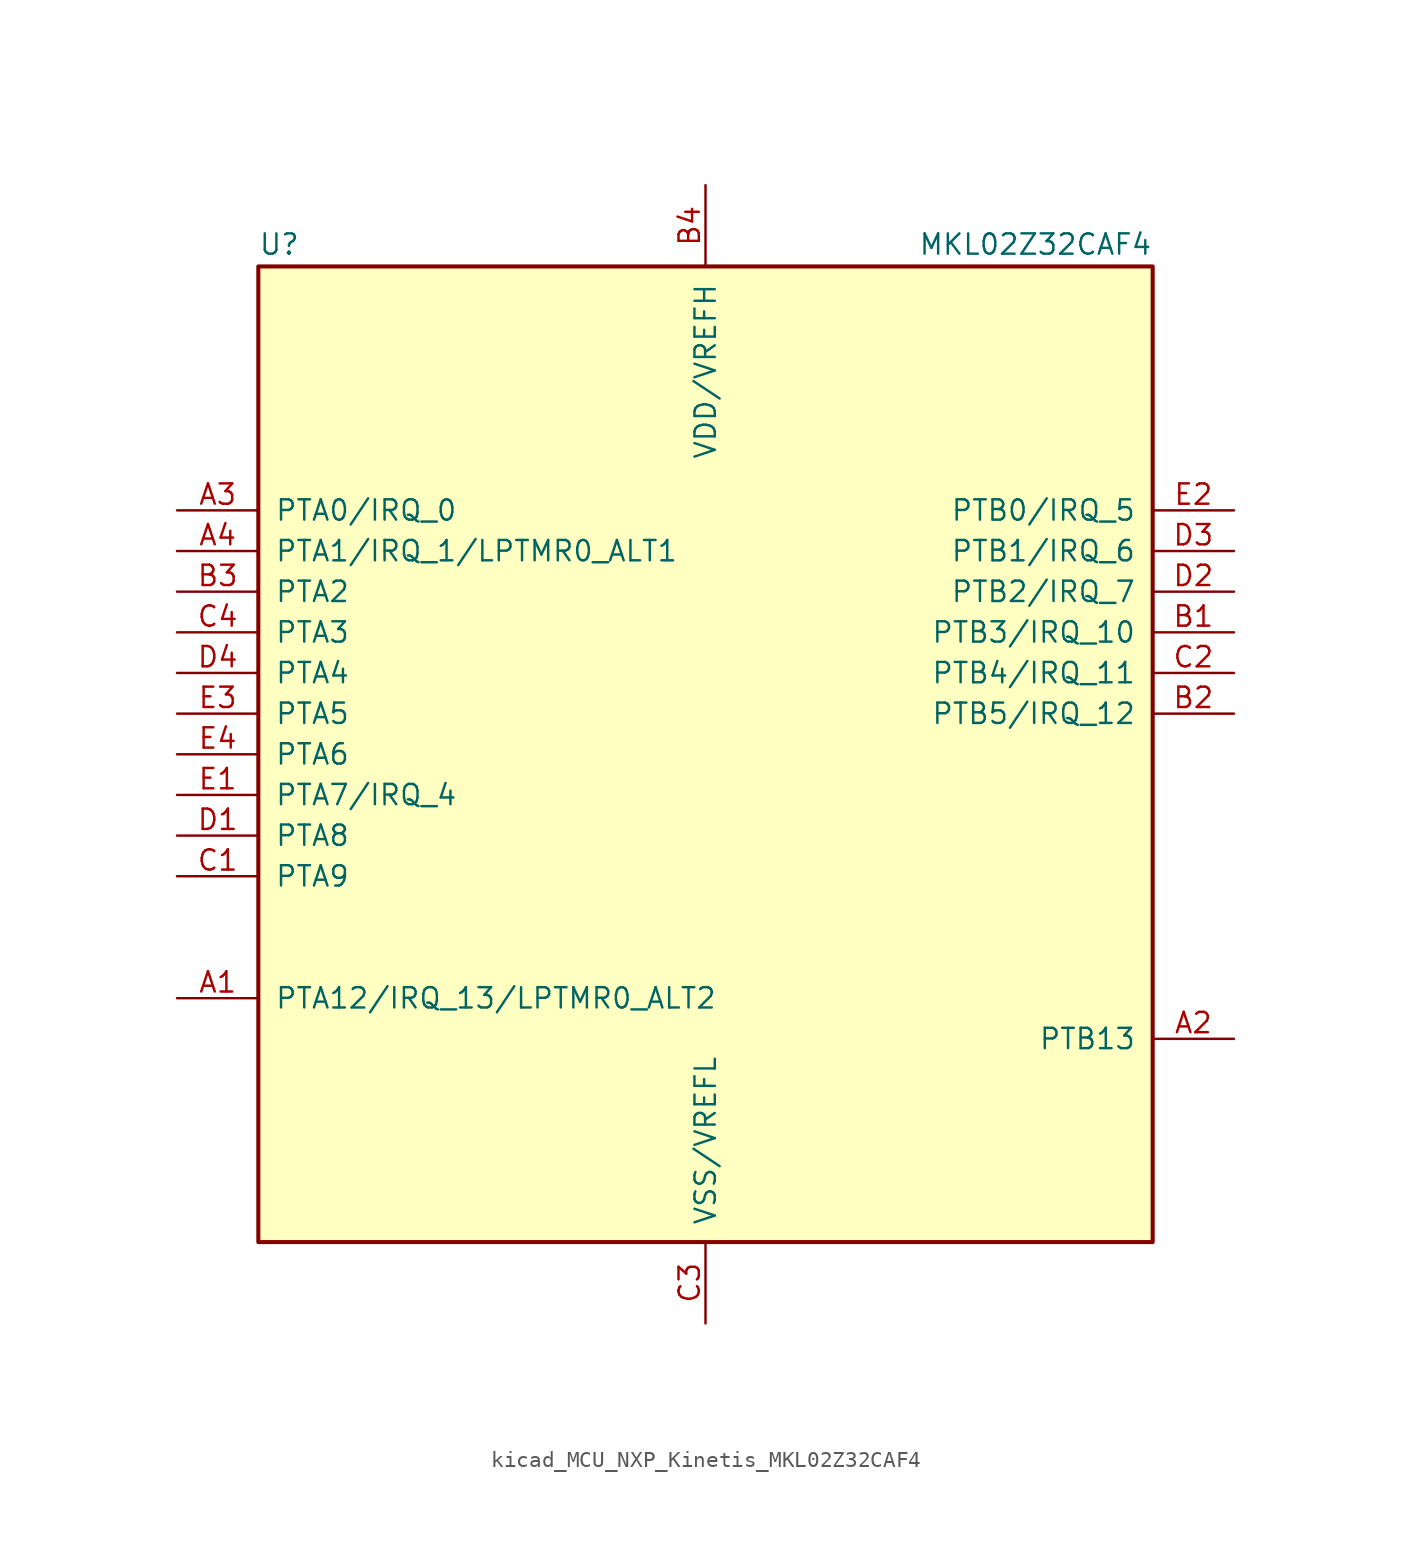
<source format=kicad_sym>
(kicad_symbol_lib
  (version 20220914)
  (generator kicad_symbol_editor)
  (symbol "kicad_MCU_NXP_Kinetis_MKL02Z32CAF4"
    (pin_names
      (offset 1.016))
    (property "Reference" "U"
      (at -27.94 31.115 0)
      (effects (font (size 1.27 1.27)) (justify left bottom)))
    (property "Value" "MKL02Z32CAF4"
      (at 27.94 31.115 0)
      (effects (font (size 1.27 1.27)) (justify right bottom)))
    (symbol "kicad_MCU_NXP_Kinetis_MKL02Z32CAF4_0_1"
      (rectangle (start -27.94 30.48) (end 27.94 -30.48) (stroke (width 0.254) (type default)) (fill (type background))))
    (symbol "kicad_MCU_NXP_Kinetis_MKL02Z32CAF4_1_1"
      (pin bidirectional line (at -33.02 -15.24 0) (length 5.08) (name "PTA12/IRQ_13/LPTMR0_ALT2" (effects (font (size 1.27 1.27)))) (number "A1" (effects (font (size 1.27 1.27)))))
      (pin bidirectional line (at 33.02 -17.78 180) (length 5.08) (name "PTB13" (effects (font (size 1.27 1.27)))) (number "A2" (effects (font (size 1.27 1.27)))))
      (pin bidirectional line (at -33.02 15.24 0) (length 5.08) (name "PTA0/IRQ_0" (effects (font (size 1.27 1.27)))) (number "A3" (effects (font (size 1.27 1.27)))))
      (pin bidirectional line (at -33.02 12.7 0) (length 5.08) (name "PTA1/IRQ_1/LPTMR0_ALT1" (effects (font (size 1.27 1.27)))) (number "A4" (effects (font (size 1.27 1.27)))))
      (pin bidirectional line (at 33.02 7.62 180) (length 5.08) (name "PTB3/IRQ_10" (effects (font (size 1.27 1.27)))) (number "B1" (effects (font (size 1.27 1.27)))))
      (pin bidirectional line (at 33.02 2.54 180) (length 5.08) (name "PTB5/IRQ_12" (effects (font (size 1.27 1.27)))) (number "B2" (effects (font (size 1.27 1.27)))))
      (pin bidirectional line (at -33.02 10.16 0) (length 5.08) (name "PTA2" (effects (font (size 1.27 1.27)))) (number "B3" (effects (font (size 1.27 1.27)))))
      (pin power_in line (at 0 35.56 270) (length 5.08) (name "VDD/VREFH" (effects (font (size 1.27 1.27)))) (number "B4" (effects (font (size 1.27 1.27)))))
      (pin bidirectional line (at -33.02 -7.62 0) (length 5.08) (name "PTA9" (effects (font (size 1.27 1.27)))) (number "C1" (effects (font (size 1.27 1.27)))))
      (pin bidirectional line (at 33.02 5.08 180) (length 5.08) (name "PTB4/IRQ_11" (effects (font (size 1.27 1.27)))) (number "C2" (effects (font (size 1.27 1.27)))))
      (pin power_in line (at 0 -35.56 90) (length 5.08) (name "VSS/VREFL" (effects (font (size 1.27 1.27)))) (number "C3" (effects (font (size 1.27 1.27)))))
      (pin bidirectional line (at -33.02 7.62 0) (length 5.08) (name "PTA3" (effects (font (size 1.27 1.27)))) (number "C4" (effects (font (size 1.27 1.27)))))
      (pin bidirectional line (at -33.02 -5.08 0) (length 5.08) (name "PTA8" (effects (font (size 1.27 1.27)))) (number "D1" (effects (font (size 1.27 1.27)))))
      (pin bidirectional line (at 33.02 10.16 180) (length 5.08) (name "PTB2/IRQ_7" (effects (font (size 1.27 1.27)))) (number "D2" (effects (font (size 1.27 1.27)))))
      (pin bidirectional line (at 33.02 12.7 180) (length 5.08) (name "PTB1/IRQ_6" (effects (font (size 1.27 1.27)))) (number "D3" (effects (font (size 1.27 1.27)))))
      (pin bidirectional line (at -33.02 5.08 0) (length 5.08) (name "PTA4" (effects (font (size 1.27 1.27)))) (number "D4" (effects (font (size 1.27 1.27)))))
      (pin bidirectional line (at -33.02 -2.54 0) (length 5.08) (name "PTA7/IRQ_4" (effects (font (size 1.27 1.27)))) (number "E1" (effects (font (size 1.27 1.27)))))
      (pin bidirectional line (at 33.02 15.24 180) (length 5.08) (name "PTB0/IRQ_5" (effects (font (size 1.27 1.27)))) (number "E2" (effects (font (size 1.27 1.27)))))
      (pin bidirectional line (at -33.02 2.54 0) (length 5.08) (name "PTA5" (effects (font (size 1.27 1.27)))) (number "E3" (effects (font (size 1.27 1.27)))))
      (pin bidirectional line (at -33.02 0 0) (length 5.08) (name "PTA6" (effects (font (size 1.27 1.27)))) (number "E4" (effects (font (size 1.27 1.27))))))))
</source>
